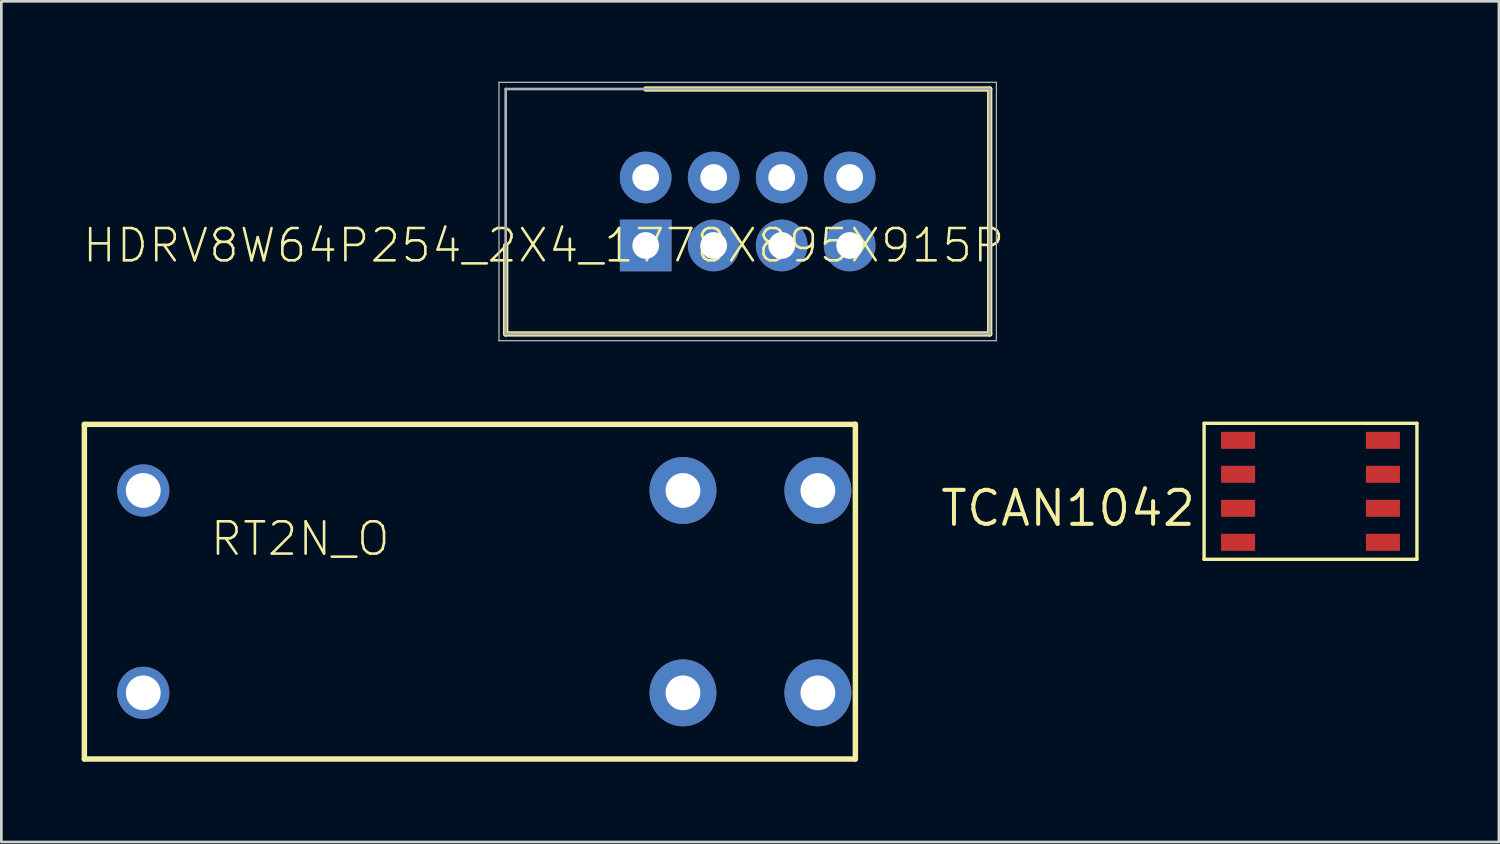
<source format=kicad_pcb>
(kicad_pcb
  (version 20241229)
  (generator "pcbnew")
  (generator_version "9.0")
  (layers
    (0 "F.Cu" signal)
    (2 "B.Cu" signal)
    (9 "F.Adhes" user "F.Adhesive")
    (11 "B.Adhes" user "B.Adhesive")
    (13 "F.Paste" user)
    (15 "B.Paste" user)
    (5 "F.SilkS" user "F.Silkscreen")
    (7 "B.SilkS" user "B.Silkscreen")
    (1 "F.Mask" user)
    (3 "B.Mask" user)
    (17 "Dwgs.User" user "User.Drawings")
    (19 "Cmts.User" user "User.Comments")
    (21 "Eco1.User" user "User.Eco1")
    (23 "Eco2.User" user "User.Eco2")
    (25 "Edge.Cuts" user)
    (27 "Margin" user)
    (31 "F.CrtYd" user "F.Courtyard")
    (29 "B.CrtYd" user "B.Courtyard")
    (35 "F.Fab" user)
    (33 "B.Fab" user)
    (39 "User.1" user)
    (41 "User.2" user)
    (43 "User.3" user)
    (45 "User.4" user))
  (footprint "RT2N_O"
    (layer "F.Cu")
    (at 14.902 19.052)
    (property "Reference" "RT2N_O" (at -10.16 -1.27 0) (layer "F.SilkS") (effects (font (size 1.206 1.206) (thickness 0.097)) (justify left bottom)))
    (attr through_hole)
    (fp_line (start -14.8 -6.25) (end 14 -6.25) (stroke (width 0.203) (type solid)) (layer "F.SilkS"))
    (fp_line (start -14.8 6.25) (end -14.8 -6.25) (stroke (width 0.203) (type solid)) (layer "F.SilkS"))
    (fp_line (start 14 -6.25) (end 14 6.25) (stroke (width 0.203) (type solid)) (layer "F.SilkS"))
    (fp_line (start 14 6.25) (end -14.8 6.25) (stroke (width 0.203) (type solid)) (layer "F.SilkS"))
    (pad "11" thru_hole circle (at 7.56 3.78 90) (size 2.5 2.5) (drill 1.3) (layers "*.Cu" "*.Mask"))
    (pad "14" thru_hole circle (at 12.6 3.78 90) (size 2.5 2.5) (drill 1.3) (layers "*.Cu" "*.Mask"))
    (pad "21" thru_hole circle (at 7.56 -3.78 90) (size 2.5 2.5) (drill 1.3) (layers "*.Cu" "*.Mask"))
    (pad "24" thru_hole circle (at 12.6 -3.78 90) (size 2.5 2.5) (drill 1.3) (layers "*.Cu" "*.Mask"))
    (pad "A1" thru_hole circle (at -12.6 3.78) (size 1.95 1.95) (drill 1.3) (layers "*.Cu" "*.Mask"))
    (pad "A2" thru_hole circle (at -12.6 -3.78) (size 1.95 1.95) (drill 1.3) (layers "*.Cu" "*.Mask")))
  (footprint "TCAN1042"
    (layer "F.Cu")
    (at 36.849 15.938)
    (property "Reference" "TCAN1042" (at 0 0 0) (layer "F.SilkS") (effects (font (size 1.27 1.27) (thickness 0.15))))
    (attr through_hole)
    (fp_line (start 5.08 -3.175) (end 13.03 -3.175) (stroke (width 0.127) (type solid)) (layer "F.SilkS"))
    (fp_line (start 5.08 1.905) (end 5.08 -3.175) (stroke (width 0.127) (type solid)) (layer "F.SilkS"))
    (fp_line (start 13.03 -3.175) (end 13.03 1.905) (stroke (width 0.127) (type solid)) (layer "F.SilkS"))
    (fp_line (start 13.03 1.905) (end 5.08 1.905) (stroke (width 0.127) (type solid)) (layer "F.SilkS"))
    (pad "PIN_0" smd rect (at 6.35 -2.54) (size 1.27 0.635) (layers "F.Cu" "F.Mask" "F.Paste"))
    (pad "PIN_1" smd rect (at 6.35 -1.27) (size 1.27 0.635) (layers "F.Cu" "F.Mask" "F.Paste"))
    (pad "PIN_2" smd rect (at 6.35 0) (size 1.27 0.635) (layers "F.Cu" "F.Mask" "F.Paste"))
    (pad "PIN_3" smd rect (at 6.35 1.27) (size 1.27 0.635) (layers "F.Cu" "F.Mask" "F.Paste"))
    (pad "PIN_4" smd rect (at 11.76 1.27) (size 1.27 0.635) (layers "F.Cu" "F.Mask" "F.Paste"))
    (pad "PIN_5" smd rect (at 11.76 0) (size 1.27 0.635) (layers "F.Cu" "F.Mask" "F.Paste"))
    (pad "PIN_6" smd rect (at 11.76 -1.27) (size 1.27 0.635) (layers "F.Cu" "F.Mask" "F.Paste"))
    (pad "PIN_7" smd rect (at 11.76 -2.54) (size 1.27 0.635) (layers "F.Cu" "F.Mask" "F.Paste")))
  (footprint "HDRV8W64P254_2X4_1778X895X915P"
    (layer "F.Cu")
    (at 21.07 6.12)
    (property "Reference" "HDRV8W64P254_2X4_1778X895X915P" (at -3.81 0 180) (layer "F.SilkS") (effects (font (size 1.206 1.206) (thickness 0.097))))
    (attr through_hole)
    (fp_line (start -5.23 0) (end -5.23 3.305) (stroke (width 0.2) (type solid)) (layer "F.SilkS"))
    (fp_line (start -5.23 3.305) (end 12.85 3.305) (stroke (width 0.2) (type solid)) (layer "F.SilkS"))
    (fp_line (start 12.85 -5.845) (end 0 -5.845) (stroke (width 0.2) (type solid)) (layer "F.SilkS"))
    (fp_line (start 12.85 3.305) (end 12.85 -5.845) (stroke (width 0.2) (type solid)) (layer "F.SilkS"))
    (fp_line (start -5.48 -6.095) (end 13.1 -6.095) (stroke (width 0.05) (type solid)) (layer "F.Fab"))
    (fp_line (start -5.48 3.555) (end -5.48 -6.095) (stroke (width 0.05) (type solid)) (layer "F.Fab"))
    (fp_line (start -5.23 -5.845) (end 12.85 -5.845) (stroke (width 0.1) (type solid)) (layer "F.Fab"))
    (fp_line (start -5.23 3.305) (end -5.23 -5.845) (stroke (width 0.1) (type solid)) (layer "F.Fab"))
    (fp_line (start 12.85 -5.845) (end 12.85 3.305) (stroke (width 0.1) (type solid)) (layer "F.Fab"))
    (fp_line (start 12.85 3.305) (end -5.23 3.305) (stroke (width 0.1) (type solid)) (layer "F.Fab"))
    (fp_line (start 13.1 -6.095) (end 13.1 3.555) (stroke (width 0.05) (type solid)) (layer "F.Fab"))
    (fp_line (start 13.1 3.555) (end -5.48 3.555) (stroke (width 0.05) (type solid)) (layer "F.Fab"))
    (pad "1" thru_hole rect (at 0 0) (size 1.93 1.93) (drill 1) (layers "*.Cu" "*.Mask"))
    (pad "2" thru_hole circle (at 0 -2.54) (size 1.93 1.93) (drill 1) (layers "*.Cu" "*.Mask"))
    (pad "3" thru_hole circle (at 2.54 0) (size 1.93 1.93) (drill 1) (layers "*.Cu" "*.Mask"))
    (pad "4" thru_hole circle (at 2.54 -2.54) (size 1.93 1.93) (drill 1) (layers "*.Cu" "*.Mask"))
    (pad "5" thru_hole circle (at 5.08 0) (size 1.93 1.93) (drill 1) (layers "*.Cu" "*.Mask"))
    (pad "6" thru_hole circle (at 5.08 -2.54) (size 1.93 1.93) (drill 1) (layers "*.Cu" "*.Mask"))
    (pad "7" thru_hole circle (at 7.62 0) (size 1.93 1.93) (drill 1) (layers "*.Cu" "*.Mask"))
    (pad "8" thru_hole circle (at 7.62 -2.54) (size 1.93 1.93) (drill 1) (layers "*.Cu" "*.Mask")))
  (gr_rect
    (start -3 -3)
    (end 52.942 28.403)
    (stroke (width 0.1) (type default))
    (fill no)
    (layer "Edge.Cuts")))
</source>
